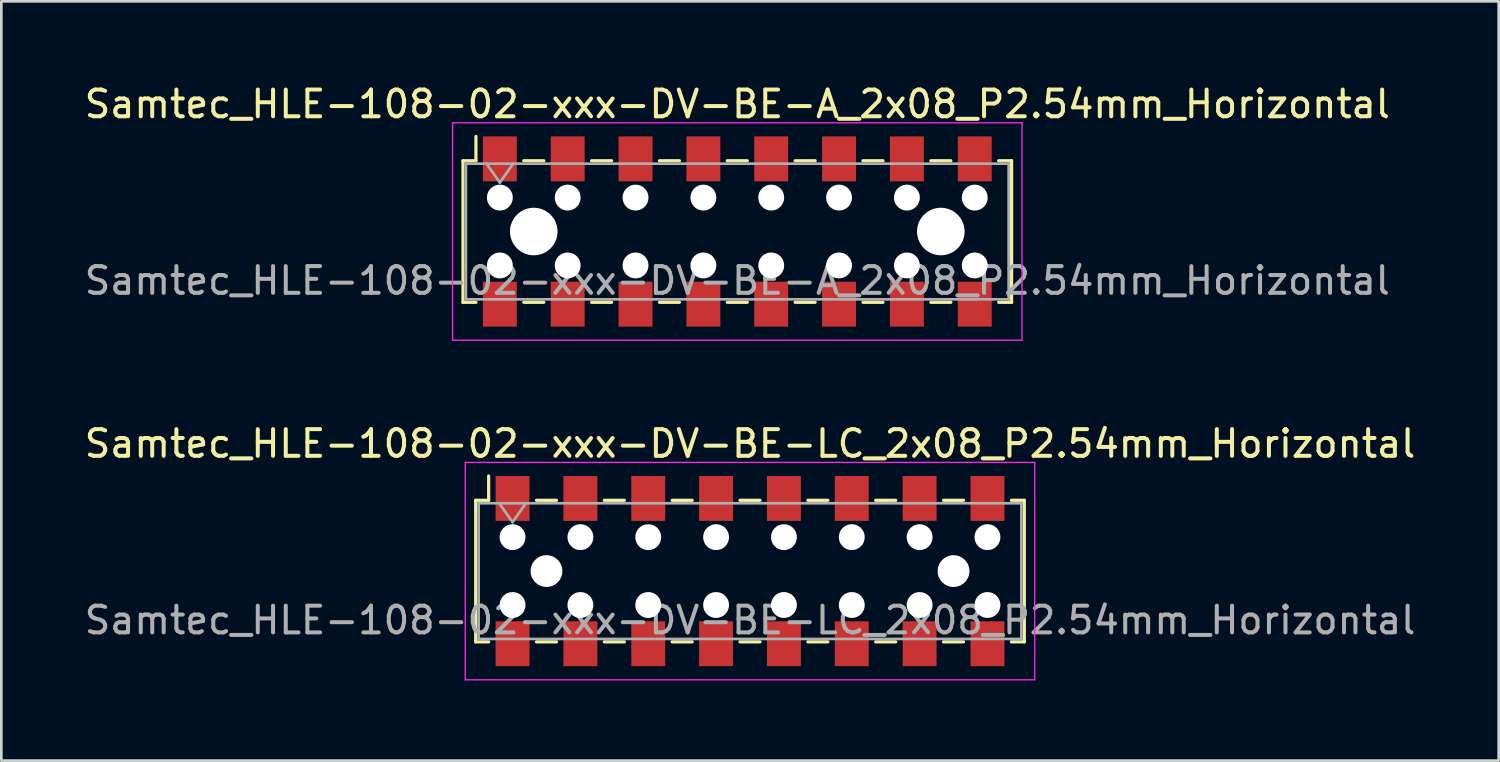
<source format=kicad_pcb>
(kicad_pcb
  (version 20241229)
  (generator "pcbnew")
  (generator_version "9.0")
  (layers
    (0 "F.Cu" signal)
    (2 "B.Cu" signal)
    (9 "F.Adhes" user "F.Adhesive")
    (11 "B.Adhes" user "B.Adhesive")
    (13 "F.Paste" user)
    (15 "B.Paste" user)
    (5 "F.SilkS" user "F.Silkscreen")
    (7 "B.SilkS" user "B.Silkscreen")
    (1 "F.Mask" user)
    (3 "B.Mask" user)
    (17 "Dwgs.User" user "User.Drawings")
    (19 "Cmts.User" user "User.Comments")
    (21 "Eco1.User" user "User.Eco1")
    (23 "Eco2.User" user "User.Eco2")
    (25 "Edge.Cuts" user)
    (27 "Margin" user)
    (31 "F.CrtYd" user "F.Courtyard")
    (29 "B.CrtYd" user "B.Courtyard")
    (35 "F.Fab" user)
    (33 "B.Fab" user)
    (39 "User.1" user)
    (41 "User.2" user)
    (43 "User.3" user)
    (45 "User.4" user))
  (footprint "Samtec_HLE-108-02-xxx-DV-BE-LC_2x08_P2.54mm_Horizontal"
    (layer "F.Cu")
    (at 25.03 18.331)
    (property "Reference" "Samtec_HLE-108-02-xxx-DV-BE-LC_2x08_P2.54mm_Horizontal" (at 0 -4.77 0) (layer "F.SilkS") (effects (font (size 1 1) (thickness 0.15))))
    (attr smd)
    (fp_line (start -10.27 -2.65) (end -10.27 2.65) (stroke (width 0.12) (type solid)) (layer "F.SilkS"))
    (fp_line (start -10.27 2.65) (end -9.785 2.65) (stroke (width 0.12) (type solid)) (layer "F.SilkS"))
    (fp_line (start -9.785 -3.56) (end -9.785 -2.65) (stroke (width 0.12) (type solid)) (layer "F.SilkS"))
    (fp_line (start -9.785 -2.65) (end -10.27 -2.65) (stroke (width 0.12) (type solid)) (layer "F.SilkS"))
    (fp_line (start -7.995 -2.65) (end -7.245 -2.65) (stroke (width 0.12) (type solid)) (layer "F.SilkS"))
    (fp_line (start -7.995 2.65) (end -7.245 2.65) (stroke (width 0.12) (type solid)) (layer "F.SilkS"))
    (fp_line (start -5.455 -2.65) (end -4.705 -2.65) (stroke (width 0.12) (type solid)) (layer "F.SilkS"))
    (fp_line (start -5.455 2.65) (end -4.705 2.65) (stroke (width 0.12) (type solid)) (layer "F.SilkS"))
    (fp_line (start -2.915 -2.65) (end -2.165 -2.65) (stroke (width 0.12) (type solid)) (layer "F.SilkS"))
    (fp_line (start -2.915 2.65) (end -2.165 2.65) (stroke (width 0.12) (type solid)) (layer "F.SilkS"))
    (fp_line (start -0.375 -2.65) (end 0.375 -2.65) (stroke (width 0.12) (type solid)) (layer "F.SilkS"))
    (fp_line (start -0.375 2.65) (end 0.375 2.65) (stroke (width 0.12) (type solid)) (layer "F.SilkS"))
    (fp_line (start 2.165 -2.65) (end 2.915 -2.65) (stroke (width 0.12) (type solid)) (layer "F.SilkS"))
    (fp_line (start 2.165 2.65) (end 2.915 2.65) (stroke (width 0.12) (type solid)) (layer "F.SilkS"))
    (fp_line (start 4.705 -2.65) (end 5.455 -2.65) (stroke (width 0.12) (type solid)) (layer "F.SilkS"))
    (fp_line (start 4.705 2.65) (end 5.455 2.65) (stroke (width 0.12) (type solid)) (layer "F.SilkS"))
    (fp_line (start 7.245 -2.65) (end 7.995 -2.65) (stroke (width 0.12) (type solid)) (layer "F.SilkS"))
    (fp_line (start 7.245 2.65) (end 7.995 2.65) (stroke (width 0.12) (type solid)) (layer "F.SilkS"))
    (fp_line (start 9.785 -2.65) (end 10.27 -2.65) (stroke (width 0.12) (type solid)) (layer "F.SilkS"))
    (fp_line (start 10.27 -2.65) (end 10.27 2.65) (stroke (width 0.12) (type solid)) (layer "F.SilkS"))
    (fp_line (start 10.27 2.65) (end 9.785 2.65) (stroke (width 0.12) (type solid)) (layer "F.SilkS"))
    (fp_line (start -10.66 -4.07) (end 10.66 -4.07) (stroke (width 0.05) (type solid)) (layer "F.CrtYd"))
    (fp_line (start -10.66 4.07) (end -10.66 -4.07) (stroke (width 0.05) (type solid)) (layer "F.CrtYd"))
    (fp_line (start 10.66 -4.07) (end 10.66 4.07) (stroke (width 0.05) (type solid)) (layer "F.CrtYd"))
    (fp_line (start 10.66 4.07) (end -10.66 4.07) (stroke (width 0.05) (type solid)) (layer "F.CrtYd"))
    (fp_line (start -10.16 -2.54) (end 10.16 -2.54) (stroke (width 0.1) (type solid)) (layer "F.Fab"))
    (fp_line (start -10.16 2.54) (end -10.16 -2.54) (stroke (width 0.1) (type solid)) (layer "F.Fab"))
    (fp_line (start -9.39 -2.54) (end -8.89 -1.833) (stroke (width 0.1) (type solid)) (layer "F.Fab"))
    (fp_line (start -8.89 -1.833) (end -8.39 -2.54) (stroke (width 0.1) (type solid)) (layer "F.Fab"))
    (fp_line (start 10.16 -2.54) (end 10.16 2.54) (stroke (width 0.1) (type solid)) (layer "F.Fab"))
    (fp_line (start 10.16 2.54) (end -10.16 2.54) (stroke (width 0.1) (type solid)) (layer "F.Fab"))
    (fp_text user "${REFERENCE}" (at 0 1.84 0) (layer "F.Fab") (effects (font (size 1 1) (thickness 0.15))))
    (pad "" np_thru_hole circle (at -8.89 -1.27) (size 0.97 0.97) (drill 0.97) (layers "*.Cu" "*.Mask"))
    (pad "" np_thru_hole circle (at -8.89 1.27) (size 0.97 0.97) (drill 0.97) (layers "*.Cu" "*.Mask"))
    (pad "" np_thru_hole circle (at -7.62 0) (size 1.19 1.19) (drill 1.19) (layers "*.Cu" "*.Mask"))
    (pad "" np_thru_hole circle (at -6.35 -1.27) (size 0.97 0.97) (drill 0.97) (layers "*.Cu" "*.Mask"))
    (pad "" np_thru_hole circle (at -6.35 1.27) (size 0.97 0.97) (drill 0.97) (layers "*.Cu" "*.Mask"))
    (pad "" np_thru_hole circle (at -3.81 -1.27) (size 0.97 0.97) (drill 0.97) (layers "*.Cu" "*.Mask"))
    (pad "" np_thru_hole circle (at -3.81 1.27) (size 0.97 0.97) (drill 0.97) (layers "*.Cu" "*.Mask"))
    (pad "" np_thru_hole circle (at -1.27 -1.27) (size 0.97 0.97) (drill 0.97) (layers "*.Cu" "*.Mask"))
    (pad "" np_thru_hole circle (at -1.27 1.27) (size 0.97 0.97) (drill 0.97) (layers "*.Cu" "*.Mask"))
    (pad "" np_thru_hole circle (at 1.27 -1.27) (size 0.97 0.97) (drill 0.97) (layers "*.Cu" "*.Mask"))
    (pad "" np_thru_hole circle (at 1.27 1.27) (size 0.97 0.97) (drill 0.97) (layers "*.Cu" "*.Mask"))
    (pad "" np_thru_hole circle (at 3.81 -1.27) (size 0.97 0.97) (drill 0.97) (layers "*.Cu" "*.Mask"))
    (pad "" np_thru_hole circle (at 3.81 1.27) (size 0.97 0.97) (drill 0.97) (layers "*.Cu" "*.Mask"))
    (pad "" np_thru_hole circle (at 6.35 -1.27) (size 0.97 0.97) (drill 0.97) (layers "*.Cu" "*.Mask"))
    (pad "" np_thru_hole circle (at 6.35 1.27) (size 0.97 0.97) (drill 0.97) (layers "*.Cu" "*.Mask"))
    (pad "" np_thru_hole circle (at 7.62 0) (size 1.19 1.19) (drill 1.19) (layers "*.Cu" "*.Mask"))
    (pad "" np_thru_hole circle (at 8.89 -1.27) (size 0.97 0.97) (drill 0.97) (layers "*.Cu" "*.Mask"))
    (pad "" np_thru_hole circle (at 8.89 1.27) (size 0.97 0.97) (drill 0.97) (layers "*.Cu" "*.Mask"))
    (pad "1" smd rect (at -8.89 -2.72) (size 1.27 1.68) (layers "F.Cu" "F.Mask" "F.Paste"))
    (pad "2" smd rect (at -8.89 2.72) (size 1.27 1.68) (layers "F.Cu" "F.Mask" "F.Paste"))
    (pad "3" smd rect (at -6.35 -2.72) (size 1.27 1.68) (layers "F.Cu" "F.Mask" "F.Paste"))
    (pad "4" smd rect (at -6.35 2.72) (size 1.27 1.68) (layers "F.Cu" "F.Mask" "F.Paste"))
    (pad "5" smd rect (at -3.81 -2.72) (size 1.27 1.68) (layers "F.Cu" "F.Mask" "F.Paste"))
    (pad "6" smd rect (at -3.81 2.72) (size 1.27 1.68) (layers "F.Cu" "F.Mask" "F.Paste"))
    (pad "7" smd rect (at -1.27 -2.72) (size 1.27 1.68) (layers "F.Cu" "F.Mask" "F.Paste"))
    (pad "8" smd rect (at -1.27 2.72) (size 1.27 1.68) (layers "F.Cu" "F.Mask" "F.Paste"))
    (pad "9" smd rect (at 1.27 -2.72) (size 1.27 1.68) (layers "F.Cu" "F.Mask" "F.Paste"))
    (pad "10" smd rect (at 1.27 2.72) (size 1.27 1.68) (layers "F.Cu" "F.Mask" "F.Paste"))
    (pad "11" smd rect (at 3.81 -2.72) (size 1.27 1.68) (layers "F.Cu" "F.Mask" "F.Paste"))
    (pad "12" smd rect (at 3.81 2.72) (size 1.27 1.68) (layers "F.Cu" "F.Mask" "F.Paste"))
    (pad "13" smd rect (at 6.35 -2.72) (size 1.27 1.68) (layers "F.Cu" "F.Mask" "F.Paste"))
    (pad "14" smd rect (at 6.35 2.72) (size 1.27 1.68) (layers "F.Cu" "F.Mask" "F.Paste"))
    (pad "15" smd rect (at 8.89 -2.72) (size 1.27 1.68) (layers "F.Cu" "F.Mask" "F.Paste"))
    (pad "16" smd rect (at 8.89 2.72) (size 1.27 1.68) (layers "F.Cu" "F.Mask" "F.Paste")))
  (footprint "Samtec_HLE-108-02-xxx-DV-BE-A_2x08_P2.54mm_Horizontal"
    (layer "F.Cu")
    (at 24.554 5.618)
    (property "Reference" "Samtec_HLE-108-02-xxx-DV-BE-A_2x08_P2.54mm_Horizontal" (at 0 -4.77 0) (layer "F.SilkS") (effects (font (size 1 1) (thickness 0.15))))
    (attr smd)
    (fp_line (start -10.27 -2.65) (end -10.27 2.65) (stroke (width 0.12) (type solid)) (layer "F.SilkS"))
    (fp_line (start -10.27 2.65) (end -9.785 2.65) (stroke (width 0.12) (type solid)) (layer "F.SilkS"))
    (fp_line (start -9.785 -3.56) (end -9.785 -2.65) (stroke (width 0.12) (type solid)) (layer "F.SilkS"))
    (fp_line (start -9.785 -2.65) (end -10.27 -2.65) (stroke (width 0.12) (type solid)) (layer "F.SilkS"))
    (fp_line (start -7.995 -2.65) (end -7.245 -2.65) (stroke (width 0.12) (type solid)) (layer "F.SilkS"))
    (fp_line (start -7.995 2.65) (end -7.245 2.65) (stroke (width 0.12) (type solid)) (layer "F.SilkS"))
    (fp_line (start -5.455 -2.65) (end -4.705 -2.65) (stroke (width 0.12) (type solid)) (layer "F.SilkS"))
    (fp_line (start -5.455 2.65) (end -4.705 2.65) (stroke (width 0.12) (type solid)) (layer "F.SilkS"))
    (fp_line (start -2.915 -2.65) (end -2.165 -2.65) (stroke (width 0.12) (type solid)) (layer "F.SilkS"))
    (fp_line (start -2.915 2.65) (end -2.165 2.65) (stroke (width 0.12) (type solid)) (layer "F.SilkS"))
    (fp_line (start -0.375 -2.65) (end 0.375 -2.65) (stroke (width 0.12) (type solid)) (layer "F.SilkS"))
    (fp_line (start -0.375 2.65) (end 0.375 2.65) (stroke (width 0.12) (type solid)) (layer "F.SilkS"))
    (fp_line (start 2.165 -2.65) (end 2.915 -2.65) (stroke (width 0.12) (type solid)) (layer "F.SilkS"))
    (fp_line (start 2.165 2.65) (end 2.915 2.65) (stroke (width 0.12) (type solid)) (layer "F.SilkS"))
    (fp_line (start 4.705 -2.65) (end 5.455 -2.65) (stroke (width 0.12) (type solid)) (layer "F.SilkS"))
    (fp_line (start 4.705 2.65) (end 5.455 2.65) (stroke (width 0.12) (type solid)) (layer "F.SilkS"))
    (fp_line (start 7.245 -2.65) (end 7.995 -2.65) (stroke (width 0.12) (type solid)) (layer "F.SilkS"))
    (fp_line (start 7.245 2.65) (end 7.995 2.65) (stroke (width 0.12) (type solid)) (layer "F.SilkS"))
    (fp_line (start 9.785 -2.65) (end 10.27 -2.65) (stroke (width 0.12) (type solid)) (layer "F.SilkS"))
    (fp_line (start 10.27 -2.65) (end 10.27 2.65) (stroke (width 0.12) (type solid)) (layer "F.SilkS"))
    (fp_line (start 10.27 2.65) (end 9.785 2.65) (stroke (width 0.12) (type solid)) (layer "F.SilkS"))
    (fp_line (start -10.66 -4.07) (end 10.66 -4.07) (stroke (width 0.05) (type solid)) (layer "F.CrtYd"))
    (fp_line (start -10.66 4.07) (end -10.66 -4.07) (stroke (width 0.05) (type solid)) (layer "F.CrtYd"))
    (fp_line (start 10.66 -4.07) (end 10.66 4.07) (stroke (width 0.05) (type solid)) (layer "F.CrtYd"))
    (fp_line (start 10.66 4.07) (end -10.66 4.07) (stroke (width 0.05) (type solid)) (layer "F.CrtYd"))
    (fp_line (start -10.16 -2.54) (end 10.16 -2.54) (stroke (width 0.1) (type solid)) (layer "F.Fab"))
    (fp_line (start -10.16 2.54) (end -10.16 -2.54) (stroke (width 0.1) (type solid)) (layer "F.Fab"))
    (fp_line (start -9.39 -2.54) (end -8.89 -1.833) (stroke (width 0.1) (type solid)) (layer "F.Fab"))
    (fp_line (start -8.89 -1.833) (end -8.39 -2.54) (stroke (width 0.1) (type solid)) (layer "F.Fab"))
    (fp_line (start 10.16 -2.54) (end 10.16 2.54) (stroke (width 0.1) (type solid)) (layer "F.Fab"))
    (fp_line (start 10.16 2.54) (end -10.16 2.54) (stroke (width 0.1) (type solid)) (layer "F.Fab"))
    (fp_text user "${REFERENCE}" (at 0 1.84 0) (layer "F.Fab") (effects (font (size 1 1) (thickness 0.15))))
    (pad "" np_thru_hole circle (at -8.89 -1.27) (size 0.97 0.97) (drill 0.97) (layers "*.Cu" "*.Mask"))
    (pad "" np_thru_hole circle (at -8.89 1.27) (size 0.97 0.97) (drill 0.97) (layers "*.Cu" "*.Mask"))
    (pad "" np_thru_hole circle (at -7.62 0) (size 1.78 1.78) (drill 1.78) (layers "*.Cu" "*.Mask"))
    (pad "" np_thru_hole circle (at -6.35 -1.27) (size 0.97 0.97) (drill 0.97) (layers "*.Cu" "*.Mask"))
    (pad "" np_thru_hole circle (at -6.35 1.27) (size 0.97 0.97) (drill 0.97) (layers "*.Cu" "*.Mask"))
    (pad "" np_thru_hole circle (at -3.81 -1.27) (size 0.97 0.97) (drill 0.97) (layers "*.Cu" "*.Mask"))
    (pad "" np_thru_hole circle (at -3.81 1.27) (size 0.97 0.97) (drill 0.97) (layers "*.Cu" "*.Mask"))
    (pad "" np_thru_hole circle (at -1.27 -1.27) (size 0.97 0.97) (drill 0.97) (layers "*.Cu" "*.Mask"))
    (pad "" np_thru_hole circle (at -1.27 1.27) (size 0.97 0.97) (drill 0.97) (layers "*.Cu" "*.Mask"))
    (pad "" np_thru_hole circle (at 1.27 -1.27) (size 0.97 0.97) (drill 0.97) (layers "*.Cu" "*.Mask"))
    (pad "" np_thru_hole circle (at 1.27 1.27) (size 0.97 0.97) (drill 0.97) (layers "*.Cu" "*.Mask"))
    (pad "" np_thru_hole circle (at 3.81 -1.27) (size 0.97 0.97) (drill 0.97) (layers "*.Cu" "*.Mask"))
    (pad "" np_thru_hole circle (at 3.81 1.27) (size 0.97 0.97) (drill 0.97) (layers "*.Cu" "*.Mask"))
    (pad "" np_thru_hole circle (at 6.35 -1.27) (size 0.97 0.97) (drill 0.97) (layers "*.Cu" "*.Mask"))
    (pad "" np_thru_hole circle (at 6.35 1.27) (size 0.97 0.97) (drill 0.97) (layers "*.Cu" "*.Mask"))
    (pad "" np_thru_hole circle (at 7.62 0) (size 1.78 1.78) (drill 1.78) (layers "*.Cu" "*.Mask"))
    (pad "" np_thru_hole circle (at 8.89 -1.27) (size 0.97 0.97) (drill 0.97) (layers "*.Cu" "*.Mask"))
    (pad "" np_thru_hole circle (at 8.89 1.27) (size 0.97 0.97) (drill 0.97) (layers "*.Cu" "*.Mask"))
    (pad "1" smd rect (at -8.89 -2.72) (size 1.27 1.68) (layers "F.Cu" "F.Mask" "F.Paste"))
    (pad "2" smd rect (at -8.89 2.72) (size 1.27 1.68) (layers "F.Cu" "F.Mask" "F.Paste"))
    (pad "3" smd rect (at -6.35 -2.72) (size 1.27 1.68) (layers "F.Cu" "F.Mask" "F.Paste"))
    (pad "4" smd rect (at -6.35 2.72) (size 1.27 1.68) (layers "F.Cu" "F.Mask" "F.Paste"))
    (pad "5" smd rect (at -3.81 -2.72) (size 1.27 1.68) (layers "F.Cu" "F.Mask" "F.Paste"))
    (pad "6" smd rect (at -3.81 2.72) (size 1.27 1.68) (layers "F.Cu" "F.Mask" "F.Paste"))
    (pad "7" smd rect (at -1.27 -2.72) (size 1.27 1.68) (layers "F.Cu" "F.Mask" "F.Paste"))
    (pad "8" smd rect (at -1.27 2.72) (size 1.27 1.68) (layers "F.Cu" "F.Mask" "F.Paste"))
    (pad "9" smd rect (at 1.27 -2.72) (size 1.27 1.68) (layers "F.Cu" "F.Mask" "F.Paste"))
    (pad "10" smd rect (at 1.27 2.72) (size 1.27 1.68) (layers "F.Cu" "F.Mask" "F.Paste"))
    (pad "11" smd rect (at 3.81 -2.72) (size 1.27 1.68) (layers "F.Cu" "F.Mask" "F.Paste"))
    (pad "12" smd rect (at 3.81 2.72) (size 1.27 1.68) (layers "F.Cu" "F.Mask" "F.Paste"))
    (pad "13" smd rect (at 6.35 -2.72) (size 1.27 1.68) (layers "F.Cu" "F.Mask" "F.Paste"))
    (pad "14" smd rect (at 6.35 2.72) (size 1.27 1.68) (layers "F.Cu" "F.Mask" "F.Paste"))
    (pad "15" smd rect (at 8.89 -2.72) (size 1.27 1.68) (layers "F.Cu" "F.Mask" "F.Paste"))
    (pad "16" smd rect (at 8.89 2.72) (size 1.27 1.68) (layers "F.Cu" "F.Mask" "F.Paste")))
  (gr_rect
    (start -3 -3)
    (end 53.06 25.427)
    (stroke (width 0.1) (type default))
    (fill no)
    (layer "Edge.Cuts")))
</source>
